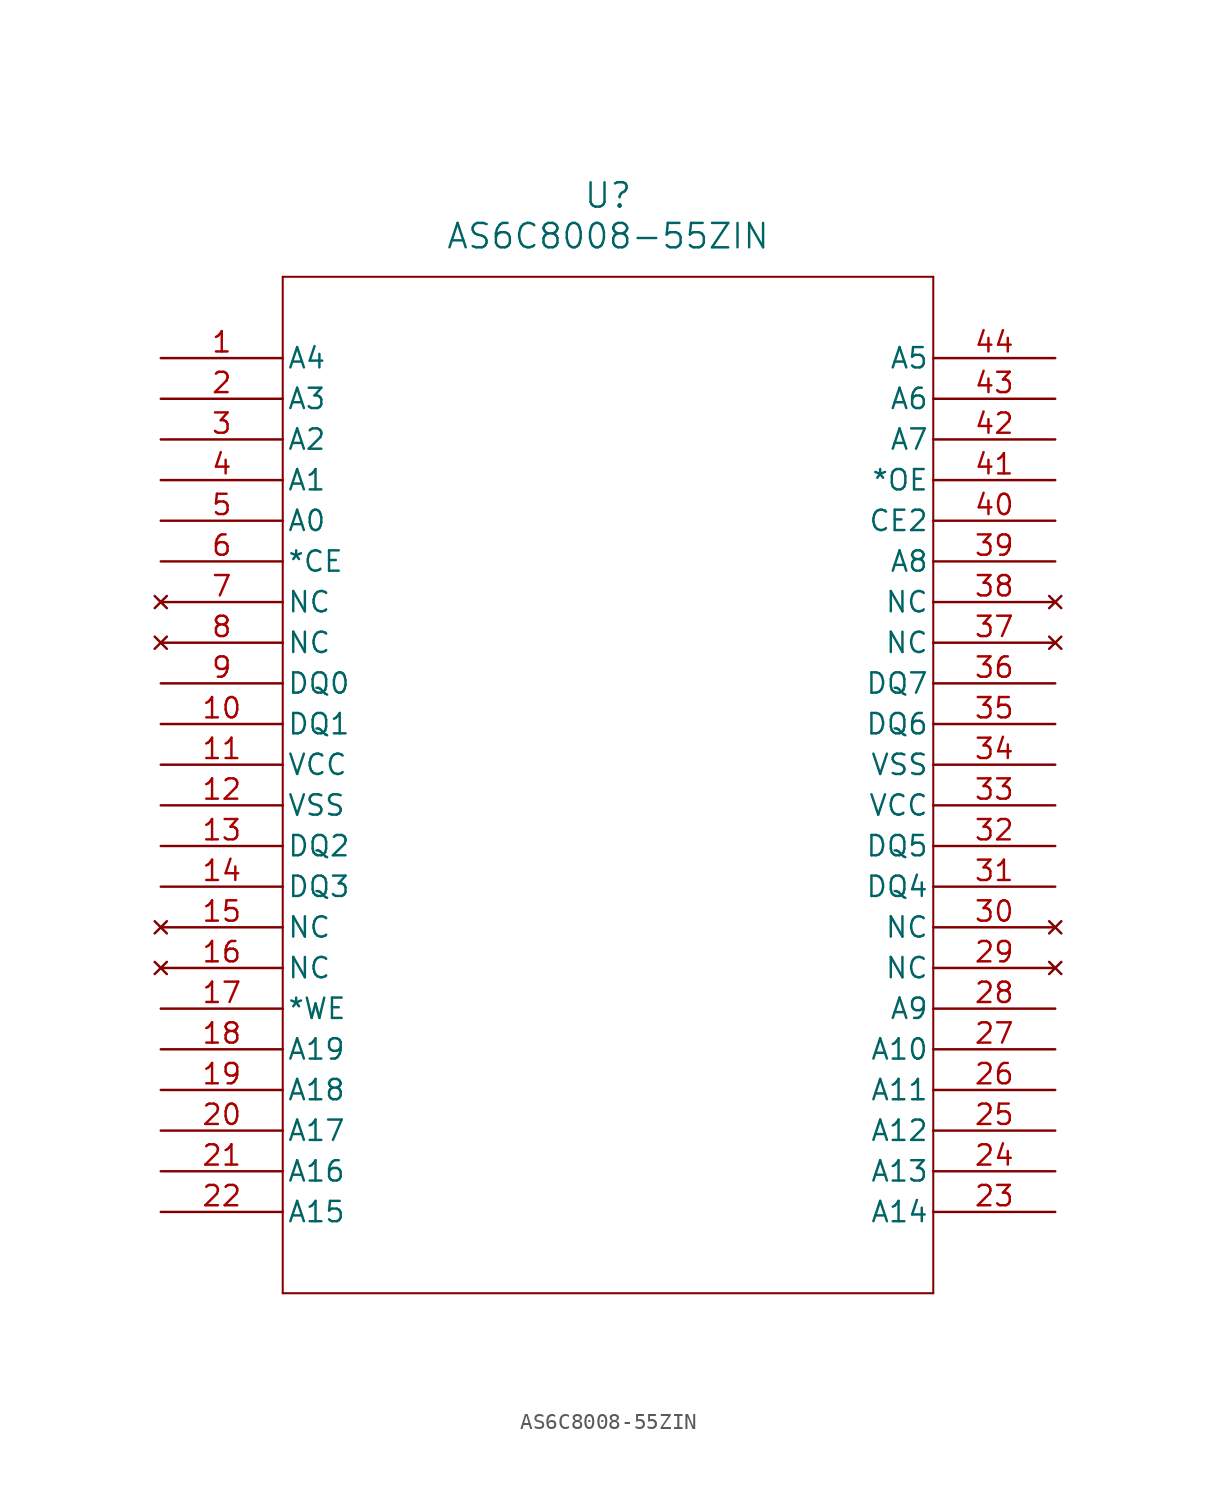
<source format=kicad_sym>
(kicad_symbol_lib
  (version 20211014)
  (generator kicad_symbol_editor)
  (symbol "AS6C8008-55ZIN"
    (pin_names
      (offset 0.254))
    (property "Reference" "U"
      (at 27.94 10.16 0)
      (effects (font (size 1.524 1.524))))
    (property "Value" "AS6C8008-55ZIN"
      (at 27.94 7.62 0)
      (effects (font (size 1.524 1.524))))
    (symbol "AS6C8008-55ZIN_0_1"
      (polyline (pts (xy 7.62 5.08) (xy 7.62 -58.42)) (stroke (width 0.127) (type default) (color 0 0 0 0)) (fill (type none)))
      (polyline (pts (xy 7.62 -58.42) (xy 48.26 -58.42)) (stroke (width 0.127) (type default) (color 0 0 0 0)) (fill (type none)))
      (polyline (pts (xy 48.26 -58.42) (xy 48.26 5.08)) (stroke (width 0.127) (type default) (color 0 0 0 0)) (fill (type none)))
      (polyline (pts (xy 48.26 5.08) (xy 7.62 5.08)) (stroke (width 0.127) (type default) (color 0 0 0 0)) (fill (type none)))
      (pin input line (at 0 0 0) (length 7.62) (name "A4" (effects (font (size 1.27 1.27)))) (number "1" (effects (font (size 1.27 1.27)))))
      (pin input line (at 0 -2.54 0) (length 7.62) (name "A3" (effects (font (size 1.27 1.27)))) (number "2" (effects (font (size 1.27 1.27)))))
      (pin input line (at 0 -5.08 0) (length 7.62) (name "A2" (effects (font (size 1.27 1.27)))) (number "3" (effects (font (size 1.27 1.27)))))
      (pin input line (at 0 -7.62 0) (length 7.62) (name "A1" (effects (font (size 1.27 1.27)))) (number "4" (effects (font (size 1.27 1.27)))))
      (pin input line (at 0 -10.16 0) (length 7.62) (name "A0" (effects (font (size 1.27 1.27)))) (number "5" (effects (font (size 1.27 1.27)))))
      (pin input line (at 0 -12.7 0) (length 7.62) (name "*CE" (effects (font (size 1.27 1.27)))) (number "6" (effects (font (size 1.27 1.27)))))
      (pin no_connect line (at 0 -15.24 0) (length 7.62) (name "NC" (effects (font (size 1.27 1.27)))) (number "7" (effects (font (size 1.27 1.27)))))
      (pin no_connect line (at 0 -17.78 0) (length 7.62) (name "NC" (effects (font (size 1.27 1.27)))) (number "8" (effects (font (size 1.27 1.27)))))
      (pin bidirectional line (at 0 -20.32 0) (length 7.62) (name "DQ0" (effects (font (size 1.27 1.27)))) (number "9" (effects (font (size 1.27 1.27)))))
      (pin bidirectional line (at 0 -22.86 0) (length 7.62) (name "DQ1" (effects (font (size 1.27 1.27)))) (number "10" (effects (font (size 1.27 1.27)))))
      (pin power_in line (at 0 -25.4 0) (length 7.62) (name "VCC" (effects (font (size 1.27 1.27)))) (number "11" (effects (font (size 1.27 1.27)))))
      (pin power_in line (at 0 -27.94 0) (length 7.62) (name "VSS" (effects (font (size 1.27 1.27)))) (number "12" (effects (font (size 1.27 1.27)))))
      (pin bidirectional line (at 0 -30.48 0) (length 7.62) (name "DQ2" (effects (font (size 1.27 1.27)))) (number "13" (effects (font (size 1.27 1.27)))))
      (pin bidirectional line (at 0 -33.02 0) (length 7.62) (name "DQ3" (effects (font (size 1.27 1.27)))) (number "14" (effects (font (size 1.27 1.27)))))
      (pin no_connect line (at 0 -35.56 0) (length 7.62) (name "NC" (effects (font (size 1.27 1.27)))) (number "15" (effects (font (size 1.27 1.27)))))
      (pin no_connect line (at 0 -38.1 0) (length 7.62) (name "NC" (effects (font (size 1.27 1.27)))) (number "16" (effects (font (size 1.27 1.27)))))
      (pin input line (at 0 -40.64 0) (length 7.62) (name "*WE" (effects (font (size 1.27 1.27)))) (number "17" (effects (font (size 1.27 1.27)))))
      (pin input line (at 0 -43.18 0) (length 7.62) (name "A19" (effects (font (size 1.27 1.27)))) (number "18" (effects (font (size 1.27 1.27)))))
      (pin input line (at 0 -45.72 0) (length 7.62) (name "A18" (effects (font (size 1.27 1.27)))) (number "19" (effects (font (size 1.27 1.27)))))
      (pin input line (at 0 -48.26 0) (length 7.62) (name "A17" (effects (font (size 1.27 1.27)))) (number "20" (effects (font (size 1.27 1.27)))))
      (pin input line (at 0 -50.8 0) (length 7.62) (name "A16" (effects (font (size 1.27 1.27)))) (number "21" (effects (font (size 1.27 1.27)))))
      (pin input line (at 0 -53.34 0) (length 7.62) (name "A15" (effects (font (size 1.27 1.27)))) (number "22" (effects (font (size 1.27 1.27)))))
      (pin input line (at 55.88 -53.34 180) (length 7.62) (name "A14" (effects (font (size 1.27 1.27)))) (number "23" (effects (font (size 1.27 1.27)))))
      (pin input line (at 55.88 -50.8 180) (length 7.62) (name "A13" (effects (font (size 1.27 1.27)))) (number "24" (effects (font (size 1.27 1.27)))))
      (pin input line (at 55.88 -48.26 180) (length 7.62) (name "A12" (effects (font (size 1.27 1.27)))) (number "25" (effects (font (size 1.27 1.27)))))
      (pin input line (at 55.88 -45.72 180) (length 7.62) (name "A11" (effects (font (size 1.27 1.27)))) (number "26" (effects (font (size 1.27 1.27)))))
      (pin input line (at 55.88 -43.18 180) (length 7.62) (name "A10" (effects (font (size 1.27 1.27)))) (number "27" (effects (font (size 1.27 1.27)))))
      (pin input line (at 55.88 -40.64 180) (length 7.62) (name "A9" (effects (font (size 1.27 1.27)))) (number "28" (effects (font (size 1.27 1.27)))))
      (pin no_connect line (at 55.88 -38.1 180) (length 7.62) (name "NC" (effects (font (size 1.27 1.27)))) (number "29" (effects (font (size 1.27 1.27)))))
      (pin no_connect line (at 55.88 -35.56 180) (length 7.62) (name "NC" (effects (font (size 1.27 1.27)))) (number "30" (effects (font (size 1.27 1.27)))))
      (pin bidirectional line (at 55.88 -33.02 180) (length 7.62) (name "DQ4" (effects (font (size 1.27 1.27)))) (number "31" (effects (font (size 1.27 1.27)))))
      (pin bidirectional line (at 55.88 -30.48 180) (length 7.62) (name "DQ5" (effects (font (size 1.27 1.27)))) (number "32" (effects (font (size 1.27 1.27)))))
      (pin power_in line (at 55.88 -27.94 180) (length 7.62) (name "VCC" (effects (font (size 1.27 1.27)))) (number "33" (effects (font (size 1.27 1.27)))))
      (pin power_in line (at 55.88 -25.4 180) (length 7.62) (name "VSS" (effects (font (size 1.27 1.27)))) (number "34" (effects (font (size 1.27 1.27)))))
      (pin bidirectional line (at 55.88 -22.86 180) (length 7.62) (name "DQ6" (effects (font (size 1.27 1.27)))) (number "35" (effects (font (size 1.27 1.27)))))
      (pin bidirectional line (at 55.88 -20.32 180) (length 7.62) (name "DQ7" (effects (font (size 1.27 1.27)))) (number "36" (effects (font (size 1.27 1.27)))))
      (pin no_connect line (at 55.88 -17.78 180) (length 7.62) (name "NC" (effects (font (size 1.27 1.27)))) (number "37" (effects (font (size 1.27 1.27)))))
      (pin no_connect line (at 55.88 -15.24 180) (length 7.62) (name "NC" (effects (font (size 1.27 1.27)))) (number "38" (effects (font (size 1.27 1.27)))))
      (pin input line (at 55.88 -12.7 180) (length 7.62) (name "A8" (effects (font (size 1.27 1.27)))) (number "39" (effects (font (size 1.27 1.27)))))
      (pin input line (at 55.88 -10.16 180) (length 7.62) (name "CE2" (effects (font (size 1.27 1.27)))) (number "40" (effects (font (size 1.27 1.27)))))
      (pin bidirectional line (at 55.88 -7.62 180) (length 7.62) (name "*OE" (effects (font (size 1.27 1.27)))) (number "41" (effects (font (size 1.27 1.27)))))
      (pin input line (at 55.88 -5.08 180) (length 7.62) (name "A7" (effects (font (size 1.27 1.27)))) (number "42" (effects (font (size 1.27 1.27)))))
      (pin input line (at 55.88 -2.54 180) (length 7.62) (name "A6" (effects (font (size 1.27 1.27)))) (number "43" (effects (font (size 1.27 1.27)))))
      (pin input line (at 55.88 0 180) (length 7.62) (name "A5" (effects (font (size 1.27 1.27)))) (number "44" (effects (font (size 1.27 1.27))))))))
</source>
